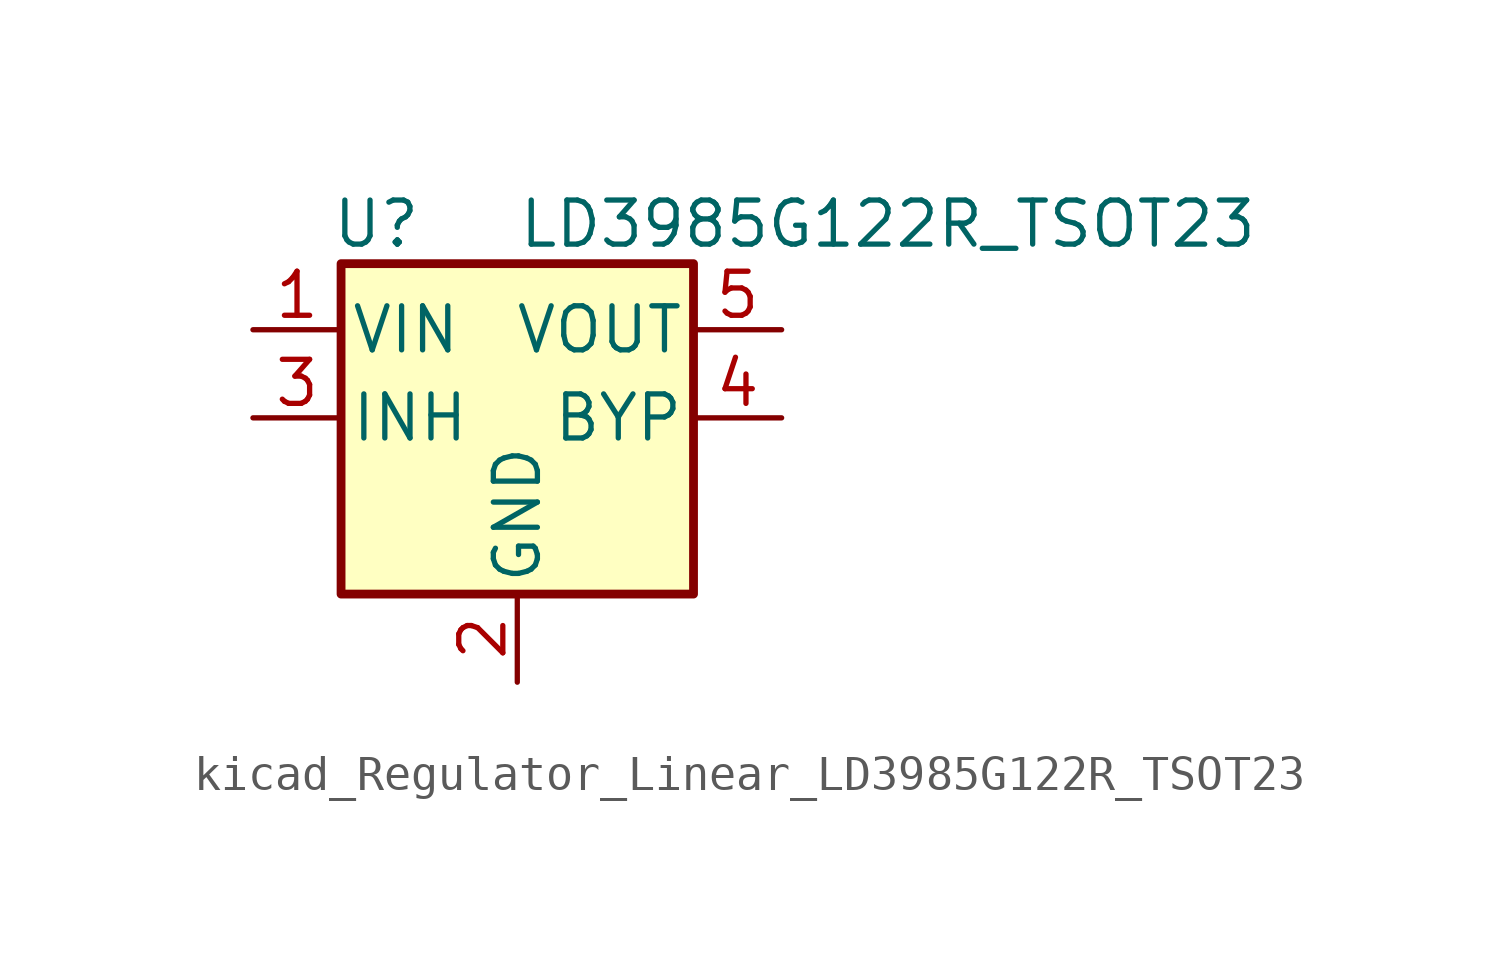
<source format=kicad_sym>
(kicad_symbol_lib
  (version 20220914)
  (generator kicad_symbol_editor)
  (symbol "kicad_Regulator_Linear_LD3985G122R_TSOT23"
    (pin_names
      (offset 0.254))
    (property "Reference" "U"
      (at -4.064 5.588 0)
      (effects (font (size 1.27 1.27))))
    (property "Value" "LD3985G122R_TSOT23"
      (at 0 5.588 0)
      (effects (font (size 1.27 1.27)) (justify left)))
    (symbol "kicad_Regulator_Linear_LD3985G122R_TSOT23_0_1"
      (rectangle (start -5.08 4.445) (end 5.08 -5.08) (stroke (width 0.254) (type default)) (fill (type background))))
    (symbol "kicad_Regulator_Linear_LD3985G122R_TSOT23_1_1"
      (pin power_in line (at -7.62 2.54 0) (length 2.54) (name "VIN" (effects (font (size 1.27 1.27)))) (number "1" (effects (font (size 1.27 1.27)))))
      (pin power_in line (at 0 -7.62 90) (length 2.54) (name "GND" (effects (font (size 1.27 1.27)))) (number "2" (effects (font (size 1.27 1.27)))))
      (pin input line (at -7.62 0 0) (length 2.54) (name "INH" (effects (font (size 1.27 1.27)))) (number "3" (effects (font (size 1.27 1.27)))))
      (pin input line (at 7.62 0 180) (length 2.54) (name "BYP" (effects (font (size 1.27 1.27)))) (number "4" (effects (font (size 1.27 1.27)))))
      (pin power_out line (at 7.62 2.54 180) (length 2.54) (name "VOUT" (effects (font (size 1.27 1.27)))) (number "5" (effects (font (size 1.27 1.27))))))))
</source>
